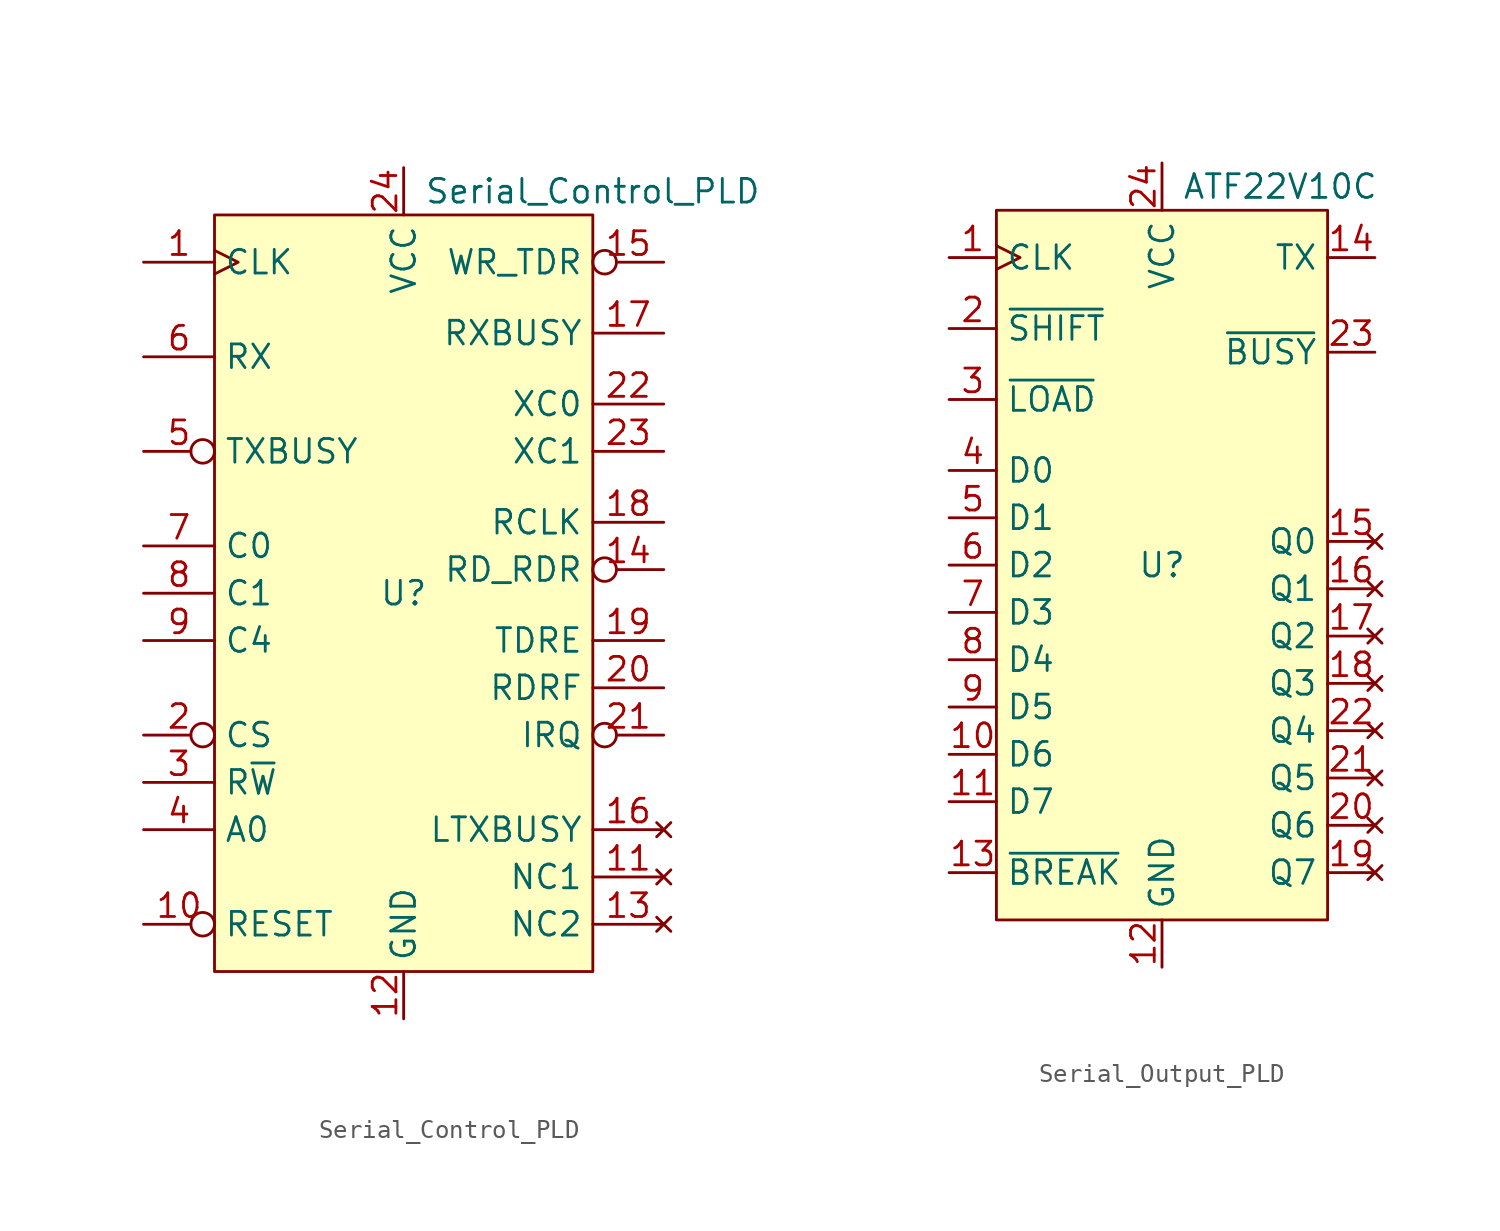
<source format=kicad_sym>
(kicad_symbol_lib
  (version 20220914)
  (generator kicad_symbol_editor)
  (symbol "Serial_Control_PLD"
    (property "Reference" "U"
      (at 0 0 0)
      (effects (font (size 1.27 1.27))))
    (property "Value" "Serial_Control_PLD"
      (at 10.16 21.59 0)
      (effects (font (size 1.27 1.27))))
    (symbol "Serial_Control_PLD_0_1"
      (rectangle (start -10.16 20.32) (end 10.16 -20.32) (stroke (width 0) (type default)) (fill (type background))))
    (symbol "Serial_Control_PLD_1_1"
      (pin input clock (at -13.97 17.78 0) (length 3.81) (name "CLK" (effects (font (size 1.27 1.27)))) (number "1" (effects (font (size 1.27 1.27)))))
      (pin input inverted (at -13.97 -17.78 0) (length 3.81) (name "RESET" (effects (font (size 1.27 1.27)))) (number "10" (effects (font (size 1.27 1.27)))))
      (pin no_connect line (at 13.97 -15.24 180) (length 3.81) (name "NC1" (effects (font (size 1.27 1.27)))) (number "11" (effects (font (size 1.27 1.27)))))
      (pin power_in line (at 0 -22.86 90) (length 2.54) (name "GND" (effects (font (size 1.27 1.27)))) (number "12" (effects (font (size 1.27 1.27)))))
      (pin no_connect line (at 13.97 -17.78 180) (length 3.81) (name "NC2" (effects (font (size 1.27 1.27)))) (number "13" (effects (font (size 1.27 1.27)))))
      (pin output inverted (at 13.97 1.27 180) (length 3.81) (name "RD_RDR" (effects (font (size 1.27 1.27)))) (number "14" (effects (font (size 1.27 1.27)))))
      (pin output inverted (at 13.97 17.78 180) (length 3.81) (name "WR_TDR" (effects (font (size 1.27 1.27)))) (number "15" (effects (font (size 1.27 1.27)))))
      (pin no_connect line (at 13.97 -12.7 180) (length 3.81) (name "LTXBUSY" (effects (font (size 1.27 1.27)))) (number "16" (effects (font (size 1.27 1.27)))))
      (pin output line (at 13.97 13.97 180) (length 3.81) (name "RXBUSY" (effects (font (size 1.27 1.27)))) (number "17" (effects (font (size 1.27 1.27)))))
      (pin output line (at 13.97 3.81 180) (length 3.81) (name "RCLK" (effects (font (size 1.27 1.27)))) (number "18" (effects (font (size 1.27 1.27)))))
      (pin tri_state line (at 13.97 -2.54 180) (length 3.81) (name "TDRE" (effects (font (size 1.27 1.27)))) (number "19" (effects (font (size 1.27 1.27)))))
      (pin input inverted (at -13.97 -7.62 0) (length 3.81) (name "CS" (effects (font (size 1.27 1.27)))) (number "2" (effects (font (size 1.27 1.27)))))
      (pin tri_state line (at 13.97 -5.08 180) (length 3.81) (name "RDRF" (effects (font (size 1.27 1.27)))) (number "20" (effects (font (size 1.27 1.27)))))
      (pin output inverted (at 13.97 -7.62 180) (length 3.81) (name "IRQ" (effects (font (size 1.27 1.27)))) (number "21" (effects (font (size 1.27 1.27)))))
      (pin output line (at 13.97 10.16 180) (length 3.81) (name "XC0" (effects (font (size 1.27 1.27)))) (number "22" (effects (font (size 1.27 1.27)))))
      (pin output line (at 13.97 7.62 180) (length 3.81) (name "XC1" (effects (font (size 1.27 1.27)))) (number "23" (effects (font (size 1.27 1.27)))))
      (pin power_in line (at 0 22.86 270) (length 2.54) (name "VCC" (effects (font (size 1.27 1.27)))) (number "24" (effects (font (size 1.27 1.27)))))
      (pin input line (at -13.97 -10.16 0) (length 3.81) (name "R~{W}" (effects (font (size 1.27 1.27)))) (number "3" (effects (font (size 1.27 1.27)))))
      (pin input line (at -13.97 -12.7 0) (length 3.81) (name "A0" (effects (font (size 1.27 1.27)))) (number "4" (effects (font (size 1.27 1.27)))))
      (pin input inverted (at -13.97 7.62 0) (length 3.81) (name "TXBUSY" (effects (font (size 1.27 1.27)))) (number "5" (effects (font (size 1.27 1.27)))))
      (pin input line (at -13.97 12.7 0) (length 3.81) (name "RX" (effects (font (size 1.27 1.27)))) (number "6" (effects (font (size 1.27 1.27)))))
      (pin input line (at -13.97 2.54 0) (length 3.81) (name "C0" (effects (font (size 1.27 1.27)))) (number "7" (effects (font (size 1.27 1.27)))))
      (pin input line (at -13.97 0 0) (length 3.81) (name "C1" (effects (font (size 1.27 1.27)))) (number "8" (effects (font (size 1.27 1.27)))))
      (pin input line (at -13.97 -2.54 0) (length 3.81) (name "C4" (effects (font (size 1.27 1.27)))) (number "9" (effects (font (size 1.27 1.27)))))))
  (symbol "Serial_Output_PLD"
    (property "Reference" "U"
      (at 0 0 0)
      (effects (font (size 1.27 1.27))))
    (property "Value" "ATF22V10C"
      (at 6.35 20.32 0)
      (effects (font (size 1.27 1.27))))
    (symbol "Serial_Output_PLD_0_1"
      (rectangle (start -8.89 19.05) (end 8.89 -19.05) (stroke (width 0) (type default)) (fill (type background))))
    (symbol "Serial_Output_PLD_1_1"
      (pin input clock (at -11.43 16.51 0) (length 2.54) (name "CLK" (effects (font (size 1.27 1.27)))) (number "1" (effects (font (size 1.27 1.27)))))
      (pin input line (at -11.43 -10.16 0) (length 2.54) (name "D6" (effects (font (size 1.27 1.27)))) (number "10" (effects (font (size 1.27 1.27)))))
      (pin input line (at -11.43 -12.7 0) (length 2.54) (name "D7" (effects (font (size 1.27 1.27)))) (number "11" (effects (font (size 1.27 1.27)))))
      (pin power_in line (at 0 -21.59 90) (length 2.54) (name "GND" (effects (font (size 1.27 1.27)))) (number "12" (effects (font (size 1.27 1.27)))))
      (pin input line (at -11.43 -16.51 0) (length 2.54) (name "~{BREAK}" (effects (font (size 1.27 1.27)))) (number "13" (effects (font (size 1.27 1.27)))))
      (pin output line (at 11.43 16.51 180) (length 2.54) (name "TX" (effects (font (size 1.27 1.27)))) (number "14" (effects (font (size 1.27 1.27)))))
      (pin no_connect line (at 11.43 1.27 180) (length 2.54) (name "Q0" (effects (font (size 1.27 1.27)))) (number "15" (effects (font (size 1.27 1.27)))))
      (pin no_connect line (at 11.43 -1.27 180) (length 2.54) (name "Q1" (effects (font (size 1.27 1.27)))) (number "16" (effects (font (size 1.27 1.27)))))
      (pin no_connect line (at 11.43 -3.81 180) (length 2.54) (name "Q2" (effects (font (size 1.27 1.27)))) (number "17" (effects (font (size 1.27 1.27)))))
      (pin no_connect line (at 11.43 -6.35 180) (length 2.54) (name "Q3" (effects (font (size 1.27 1.27)))) (number "18" (effects (font (size 1.27 1.27)))))
      (pin no_connect line (at 11.43 -16.51 180) (length 2.54) (name "Q7" (effects (font (size 1.27 1.27)))) (number "19" (effects (font (size 1.27 1.27)))))
      (pin input line (at -11.43 12.7 0) (length 2.54) (name "~{SHIFT}" (effects (font (size 1.27 1.27)))) (number "2" (effects (font (size 1.27 1.27)))))
      (pin no_connect line (at 11.43 -13.97 180) (length 2.54) (name "Q6" (effects (font (size 1.27 1.27)))) (number "20" (effects (font (size 1.27 1.27)))))
      (pin no_connect line (at 11.43 -11.43 180) (length 2.54) (name "Q5" (effects (font (size 1.27 1.27)))) (number "21" (effects (font (size 1.27 1.27)))))
      (pin no_connect line (at 11.43 -8.89 180) (length 2.54) (name "Q4" (effects (font (size 1.27 1.27)))) (number "22" (effects (font (size 1.27 1.27)))))
      (pin output line (at 11.43 11.43 180) (length 2.54) (name "~{BUSY}" (effects (font (size 1.27 1.27)))) (number "23" (effects (font (size 1.27 1.27)))))
      (pin power_in line (at 0 21.59 270) (length 2.54) (name "VCC" (effects (font (size 1.27 1.27)))) (number "24" (effects (font (size 1.27 1.27)))))
      (pin input line (at -11.43 8.89 0) (length 2.54) (name "~{LOAD}" (effects (font (size 1.27 1.27)))) (number "3" (effects (font (size 1.27 1.27)))))
      (pin input line (at -11.43 5.08 0) (length 2.54) (name "D0" (effects (font (size 1.27 1.27)))) (number "4" (effects (font (size 1.27 1.27)))))
      (pin input line (at -11.43 2.54 0) (length 2.54) (name "D1" (effects (font (size 1.27 1.27)))) (number "5" (effects (font (size 1.27 1.27)))))
      (pin input line (at -11.43 0 0) (length 2.54) (name "D2" (effects (font (size 1.27 1.27)))) (number "6" (effects (font (size 1.27 1.27)))))
      (pin input line (at -11.43 -2.54 0) (length 2.54) (name "D3" (effects (font (size 1.27 1.27)))) (number "7" (effects (font (size 1.27 1.27)))))
      (pin input line (at -11.43 -5.08 0) (length 2.54) (name "D4" (effects (font (size 1.27 1.27)))) (number "8" (effects (font (size 1.27 1.27)))))
      (pin input line (at -11.43 -7.62 0) (length 2.54) (name "D5" (effects (font (size 1.27 1.27)))) (number "9" (effects (font (size 1.27 1.27))))))))
</source>
